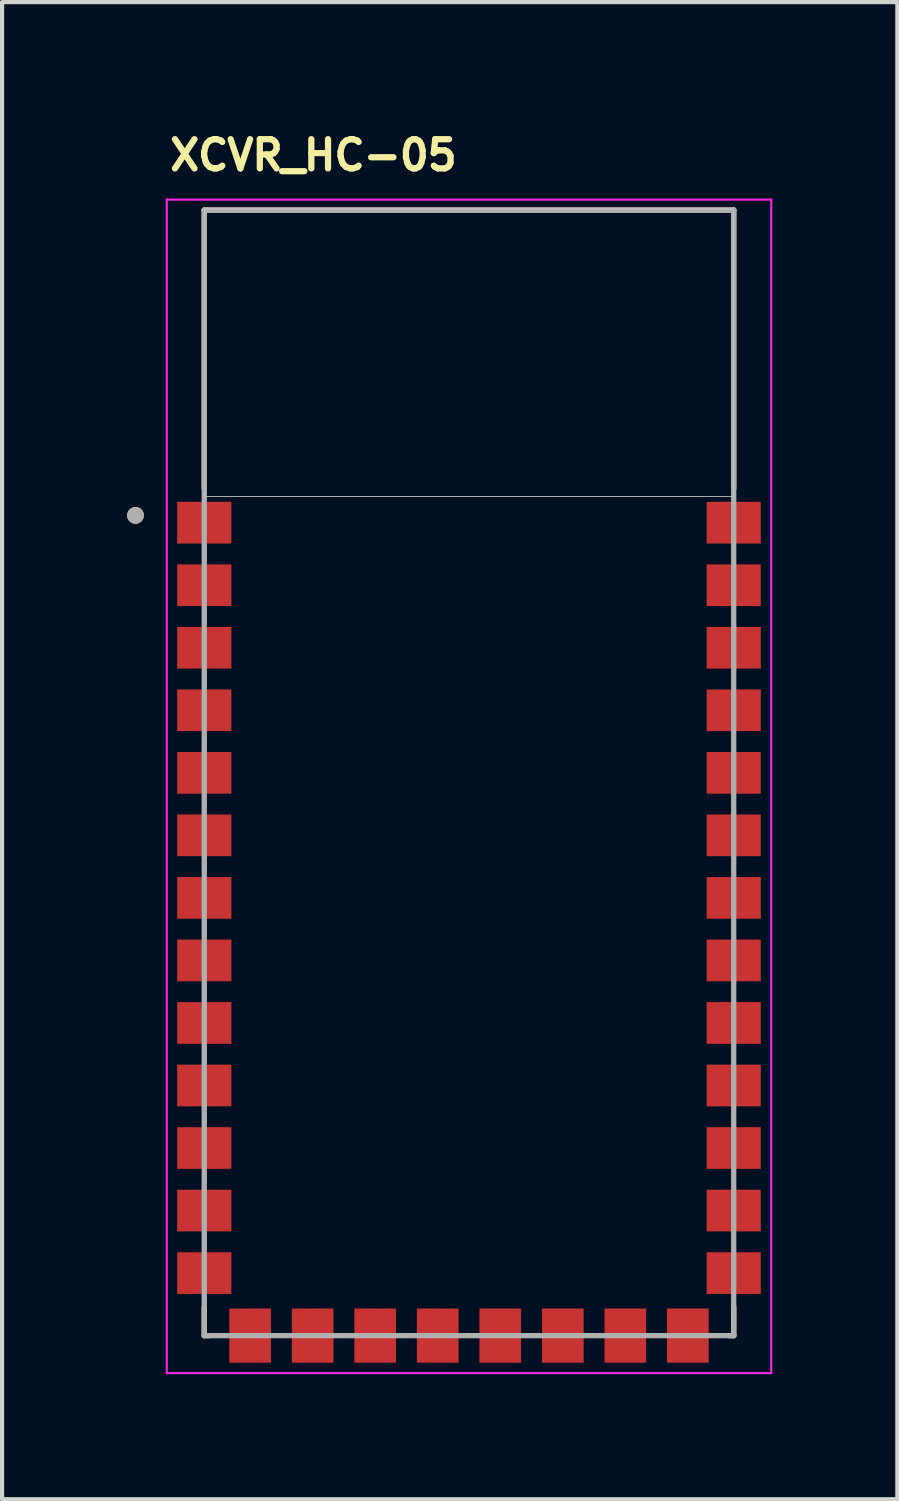
<source format=kicad_pcb>
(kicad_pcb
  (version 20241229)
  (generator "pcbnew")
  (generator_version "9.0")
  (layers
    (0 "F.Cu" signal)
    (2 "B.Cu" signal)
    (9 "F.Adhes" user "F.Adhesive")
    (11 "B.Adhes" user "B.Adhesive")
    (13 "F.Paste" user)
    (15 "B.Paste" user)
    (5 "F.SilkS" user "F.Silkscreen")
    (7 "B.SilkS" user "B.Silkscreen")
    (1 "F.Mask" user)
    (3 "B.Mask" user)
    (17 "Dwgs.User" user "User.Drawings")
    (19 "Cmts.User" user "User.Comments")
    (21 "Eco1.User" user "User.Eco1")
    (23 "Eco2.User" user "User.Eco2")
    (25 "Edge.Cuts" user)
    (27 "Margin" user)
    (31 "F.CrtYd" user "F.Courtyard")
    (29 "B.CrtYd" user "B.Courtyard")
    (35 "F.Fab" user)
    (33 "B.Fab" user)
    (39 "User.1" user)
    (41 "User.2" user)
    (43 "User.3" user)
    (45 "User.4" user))
  (footprint "XCVR_HC-05"
    (layer "F.Cu")
    (at 8.2 15.813)
    (property "Reference" "XCVR_HC-05" (at -3.732 -15.14 0) (layer "F.SilkS") (effects (font (size 0.701 0.701) (thickness 0.15))))
    (attr through_hole)
    (fp_line (start -6.35 -13.825) (end 6.35 -13.825) (stroke (width 0.127) (type solid)) (layer "F.SilkS"))
    (fp_line (start -6.35 -7.145) (end -6.35 -13.825) (stroke (width 0.127) (type solid)) (layer "F.SilkS"))
    (fp_line (start -6.35 12.495) (end -6.35 13.175) (stroke (width 0.127) (type solid)) (layer "F.SilkS"))
    (fp_line (start -6.35 13.175) (end -6.22 13.175) (stroke (width 0.127) (type solid)) (layer "F.SilkS"))
    (fp_line (start 6.22 13.175) (end 6.35 13.175) (stroke (width 0.127) (type solid)) (layer "F.SilkS"))
    (fp_line (start 6.35 -13.825) (end 6.35 -7.145) (stroke (width 0.127) (type solid)) (layer "F.SilkS"))
    (fp_line (start 6.35 13.175) (end 6.35 12.495) (stroke (width 0.127) (type solid)) (layer "F.SilkS"))
    (fp_circle (center -8 -6.5) (end -7.9 -6.5) (stroke (width 0.2) (type solid)) (fill no) (layer "F.SilkS"))
    (fp_poly (pts (xy -6.35 -13.85) (xy 6.35 -13.85) (xy 6.35 -6.95) (xy -6.35 -6.95)) (stroke (width 0.01) (type solid)) (fill no) (layer "Dwgs.User"))
    (fp_poly (pts (xy -6.35 -13.85) (xy 6.35 -13.85) (xy 6.35 -6.95) (xy -6.35 -6.95)) (stroke (width 0.01) (type solid)) (fill no) (layer "Dwgs.User"))
    (fp_poly (pts (xy -6.35 -13.85) (xy 6.35 -13.85) (xy 6.35 -6.95) (xy -6.35 -6.95)) (stroke (width 0.01) (type solid)) (fill no) (layer "Dwgs.User"))
    (fp_line (start -7.25 -14.075) (end 7.25 -14.075) (stroke (width 0.05) (type solid)) (layer "F.CrtYd"))
    (fp_line (start -7.25 14.075) (end -7.25 -14.075) (stroke (width 0.05) (type solid)) (layer "F.CrtYd"))
    (fp_line (start 7.25 -14.075) (end 7.25 14.075) (stroke (width 0.05) (type solid)) (layer "F.CrtYd"))
    (fp_line (start 7.25 14.075) (end -7.25 14.075) (stroke (width 0.05) (type solid)) (layer "F.CrtYd"))
    (fp_line (start -6.35 -13.825) (end 6.35 -13.825) (stroke (width 0.127) (type solid)) (layer "F.Fab"))
    (fp_line (start -6.35 13.175) (end -6.35 -13.825) (stroke (width 0.127) (type solid)) (layer "F.Fab"))
    (fp_line (start 6.35 -13.825) (end 6.35 13.175) (stroke (width 0.127) (type solid)) (layer "F.Fab"))
    (fp_line (start 6.35 13.175) (end -6.35 13.175) (stroke (width 0.127) (type solid)) (layer "F.Fab"))
    (fp_circle (center -8 -6.5) (end -7.9 -6.5) (stroke (width 0.2) (type solid)) (fill no) (layer "F.Fab"))
    (pad "1" smd rect (at -6.35 -6.325) (size 1.3 1) (layers "F.Cu" "F.Mask" "F.Paste"))
    (pad "2" smd rect (at -6.35 -4.825) (size 1.3 1) (layers "F.Cu" "F.Mask" "F.Paste"))
    (pad "3" smd rect (at -6.35 -3.325) (size 1.3 1) (layers "F.Cu" "F.Mask" "F.Paste"))
    (pad "4" smd rect (at -6.35 -1.825) (size 1.3 1) (layers "F.Cu" "F.Mask" "F.Paste"))
    (pad "5" smd rect (at -6.35 -0.325) (size 1.3 1) (layers "F.Cu" "F.Mask" "F.Paste"))
    (pad "6" smd rect (at -6.35 1.175) (size 1.3 1) (layers "F.Cu" "F.Mask" "F.Paste"))
    (pad "7" smd rect (at -6.35 2.675) (size 1.3 1) (layers "F.Cu" "F.Mask" "F.Paste"))
    (pad "8" smd rect (at -6.35 4.175) (size 1.3 1) (layers "F.Cu" "F.Mask" "F.Paste"))
    (pad "9" smd rect (at -6.35 5.675) (size 1.3 1) (layers "F.Cu" "F.Mask" "F.Paste"))
    (pad "10" smd rect (at -6.35 7.175) (size 1.3 1) (layers "F.Cu" "F.Mask" "F.Paste"))
    (pad "11" smd rect (at -6.35 8.675) (size 1.3 1) (layers "F.Cu" "F.Mask" "F.Paste"))
    (pad "12" smd rect (at -6.35 10.175) (size 1.3 1) (layers "F.Cu" "F.Mask" "F.Paste"))
    (pad "13" smd rect (at -6.35 11.675) (size 1.3 1) (layers "F.Cu" "F.Mask" "F.Paste"))
    (pad "14" smd rect (at -5.25 13.175) (size 1 1.3) (layers "F.Cu" "F.Mask" "F.Paste"))
    (pad "15" smd rect (at -3.75 13.175) (size 1 1.3) (layers "F.Cu" "F.Mask" "F.Paste"))
    (pad "16" smd rect (at -2.25 13.175) (size 1 1.3) (layers "F.Cu" "F.Mask" "F.Paste"))
    (pad "17" smd rect (at -0.75 13.175) (size 1 1.3) (layers "F.Cu" "F.Mask" "F.Paste"))
    (pad "18" smd rect (at 0.75 13.175) (size 1 1.3) (layers "F.Cu" "F.Mask" "F.Paste"))
    (pad "19" smd rect (at 2.25 13.175) (size 1 1.3) (layers "F.Cu" "F.Mask" "F.Paste"))
    (pad "20" smd rect (at 3.75 13.175) (size 1 1.3) (layers "F.Cu" "F.Mask" "F.Paste"))
    (pad "21" smd rect (at 5.25 13.175) (size 1 1.3) (layers "F.Cu" "F.Mask" "F.Paste"))
    (pad "22" smd rect (at 6.35 11.675) (size 1.3 1) (layers "F.Cu" "F.Mask" "F.Paste"))
    (pad "23" smd rect (at 6.35 10.175) (size 1.3 1) (layers "F.Cu" "F.Mask" "F.Paste"))
    (pad "24" smd rect (at 6.35 8.675) (size 1.3 1) (layers "F.Cu" "F.Mask" "F.Paste"))
    (pad "25" smd rect (at 6.35 7.175) (size 1.3 1) (layers "F.Cu" "F.Mask" "F.Paste"))
    (pad "26" smd rect (at 6.35 5.675) (size 1.3 1) (layers "F.Cu" "F.Mask" "F.Paste"))
    (pad "27" smd rect (at 6.35 4.175) (size 1.3 1) (layers "F.Cu" "F.Mask" "F.Paste"))
    (pad "28" smd rect (at 6.35 2.675) (size 1.3 1) (layers "F.Cu" "F.Mask" "F.Paste"))
    (pad "29" smd rect (at 6.35 1.175) (size 1.3 1) (layers "F.Cu" "F.Mask" "F.Paste"))
    (pad "30" smd rect (at 6.35 -0.325) (size 1.3 1) (layers "F.Cu" "F.Mask" "F.Paste"))
    (pad "31" smd rect (at 6.35 -1.825) (size 1.3 1) (layers "F.Cu" "F.Mask" "F.Paste"))
    (pad "32" smd rect (at 6.35 -3.325) (size 1.3 1) (layers "F.Cu" "F.Mask" "F.Paste"))
    (pad "33" smd rect (at 6.35 -4.825) (size 1.3 1) (layers "F.Cu" "F.Mask" "F.Paste"))
    (pad "34" smd rect (at 6.35 -6.325) (size 1.3 1) (layers "F.Cu" "F.Mask" "F.Paste")))
  (gr_rect
    (start -3 -3)
    (end 18.475 32.913)
    (stroke (width 0.1) (type default))
    (fill no)
    (layer "Edge.Cuts")))
</source>
